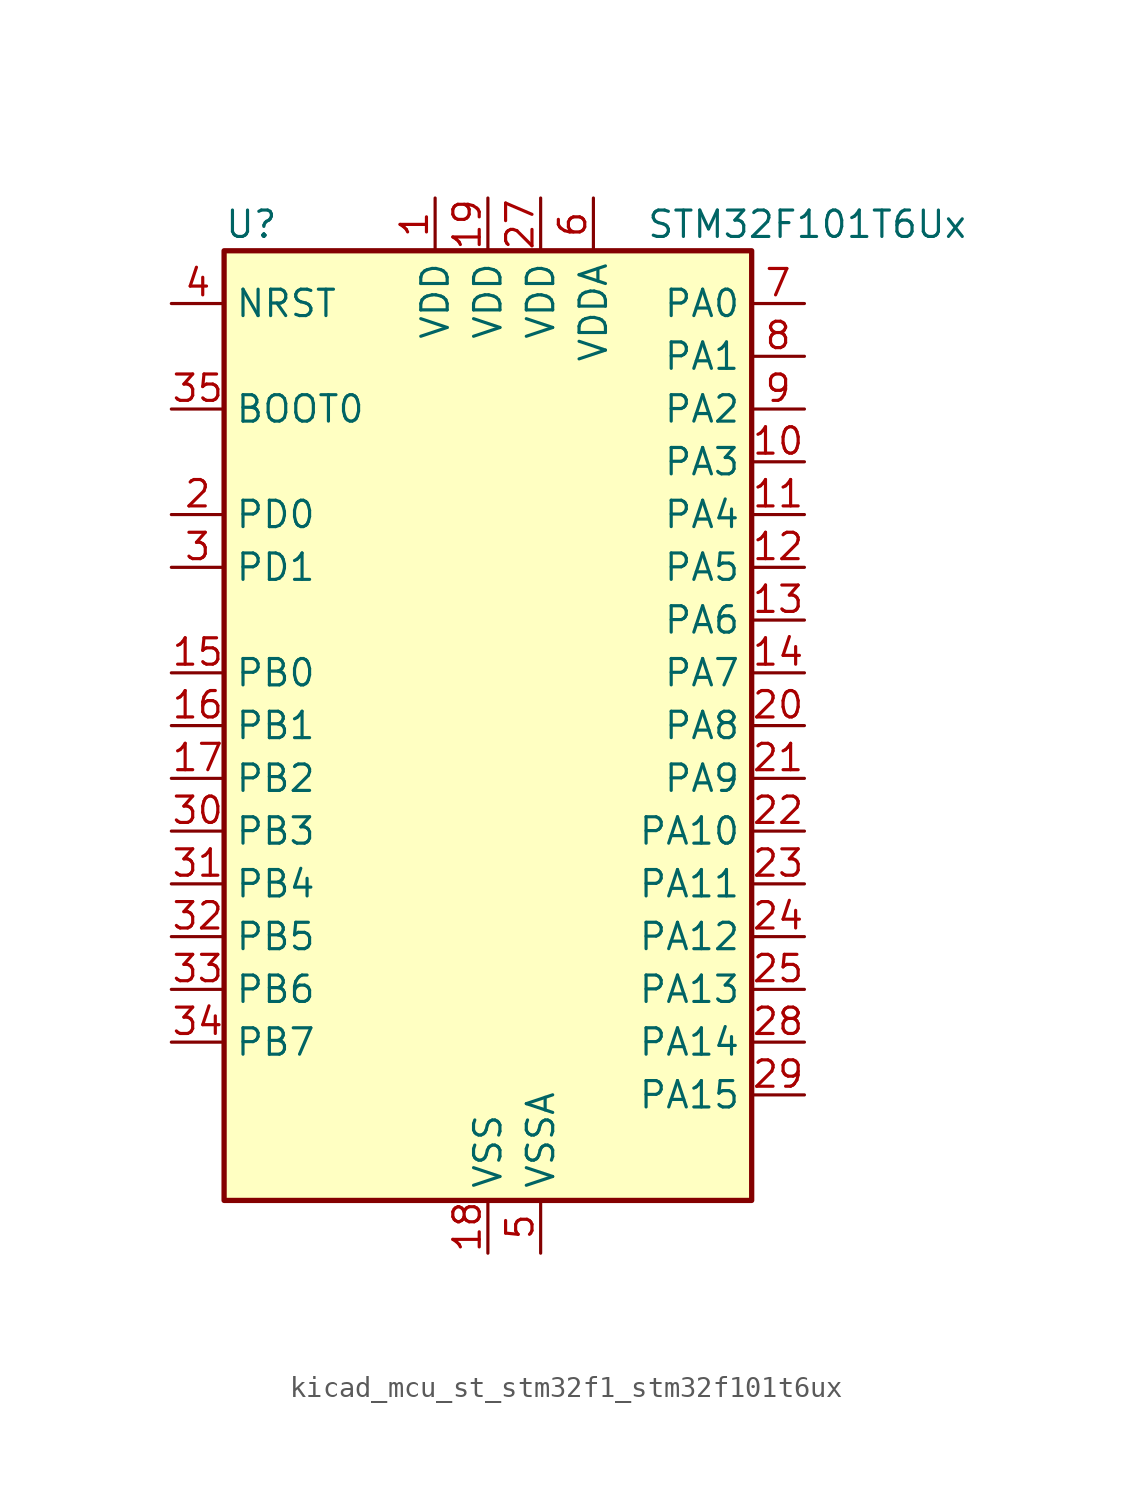
<source format=kicad_sym>
(kicad_symbol_lib
  (version 20220914)
  (generator kicad_symbol_editor)
  (symbol "kicad_mcu_st_stm32f1_stm32f101t6ux"
    (property "Reference" "U"
      (at -12.7 24.13 0)
      (effects (font (size 1.27 1.27)) (justify left)))
    (property "Value" "STM32F101T6Ux"
      (at 7.62 24.13 0)
      (effects (font (size 1.27 1.27)) (justify left)))
    (property "ki_locked" ""
      (at 0 0 0)
      (effects (font (size 1.27 1.27))))
    (symbol "kicad_mcu_st_stm32f1_stm32f101t6ux_0_1"
      (rectangle (start -12.7 -22.86) (end 12.7 22.86) (stroke (width 0.254) (type default)) (fill (type background))))
    (symbol "kicad_mcu_st_stm32f1_stm32f101t6ux_1_1"
      (pin power_in line (at -2.54 25.4 270) (length 2.54) (name "VDD" (effects (font (size 1.27 1.27)))) (number "1" (effects (font (size 1.27 1.27)))))
      (pin bidirectional line (at 15.24 12.7 180) (length 2.54) (name "PA3" (effects (font (size 1.27 1.27)))) (number "10" (effects (font (size 1.27 1.27)))) (alternate "ADC1_IN3" bidirectional line) (alternate "TIM2_CH4" bidirectional line) (alternate "USART2_RX" bidirectional line))
      (pin bidirectional line (at 15.24 10.16 180) (length 2.54) (name "PA4" (effects (font (size 1.27 1.27)))) (number "11" (effects (font (size 1.27 1.27)))) (alternate "ADC1_IN4" bidirectional line) (alternate "SPI1_NSS" bidirectional line) (alternate "USART2_CK" bidirectional line))
      (pin bidirectional line (at 15.24 7.62 180) (length 2.54) (name "PA5" (effects (font (size 1.27 1.27)))) (number "12" (effects (font (size 1.27 1.27)))) (alternate "ADC1_IN5" bidirectional line) (alternate "SPI1_SCK" bidirectional line))
      (pin bidirectional line (at 15.24 5.08 180) (length 2.54) (name "PA6" (effects (font (size 1.27 1.27)))) (number "13" (effects (font (size 1.27 1.27)))) (alternate "ADC1_IN6" bidirectional line) (alternate "SPI1_MISO" bidirectional line) (alternate "TIM3_CH1" bidirectional line))
      (pin bidirectional line (at 15.24 2.54 180) (length 2.54) (name "PA7" (effects (font (size 1.27 1.27)))) (number "14" (effects (font (size 1.27 1.27)))) (alternate "ADC1_IN7" bidirectional line) (alternate "SPI1_MOSI" bidirectional line) (alternate "TIM3_CH2" bidirectional line))
      (pin bidirectional line (at -15.24 2.54 0) (length 2.54) (name "PB0" (effects (font (size 1.27 1.27)))) (number "15" (effects (font (size 1.27 1.27)))) (alternate "ADC1_IN8" bidirectional line) (alternate "TIM3_CH3" bidirectional line))
      (pin bidirectional line (at -15.24 0 0) (length 2.54) (name "PB1" (effects (font (size 1.27 1.27)))) (number "16" (effects (font (size 1.27 1.27)))) (alternate "ADC1_IN9" bidirectional line) (alternate "TIM3_CH4" bidirectional line))
      (pin bidirectional line (at -15.24 -2.54 0) (length 2.54) (name "PB2" (effects (font (size 1.27 1.27)))) (number "17" (effects (font (size 1.27 1.27)))))
      (pin power_in line (at 0 -25.4 90) (length 2.54) (name "VSS" (effects (font (size 1.27 1.27)))) (number "18" (effects (font (size 1.27 1.27)))))
      (pin power_in line (at 0 25.4 270) (length 2.54) (name "VDD" (effects (font (size 1.27 1.27)))) (number "19" (effects (font (size 1.27 1.27)))))
      (pin bidirectional line (at -15.24 10.16 0) (length 2.54) (name "PD0" (effects (font (size 1.27 1.27)))) (number "2" (effects (font (size 1.27 1.27)))) (alternate "RCC_OSC_IN" bidirectional line))
      (pin bidirectional line (at 15.24 0 180) (length 2.54) (name "PA8" (effects (font (size 1.27 1.27)))) (number "20" (effects (font (size 1.27 1.27)))) (alternate "RCC_MCO" bidirectional line) (alternate "USART1_CK" bidirectional line))
      (pin bidirectional line (at 15.24 -2.54 180) (length 2.54) (name "PA9" (effects (font (size 1.27 1.27)))) (number "21" (effects (font (size 1.27 1.27)))) (alternate "USART1_TX" bidirectional line))
      (pin bidirectional line (at 15.24 -5.08 180) (length 2.54) (name "PA10" (effects (font (size 1.27 1.27)))) (number "22" (effects (font (size 1.27 1.27)))) (alternate "USART1_RX" bidirectional line))
      (pin bidirectional line (at 15.24 -7.62 180) (length 2.54) (name "PA11" (effects (font (size 1.27 1.27)))) (number "23" (effects (font (size 1.27 1.27)))) (alternate "ADC1_EXTI11" bidirectional line) (alternate "USART1_CTS" bidirectional line))
      (pin bidirectional line (at 15.24 -10.16 180) (length 2.54) (name "PA12" (effects (font (size 1.27 1.27)))) (number "24" (effects (font (size 1.27 1.27)))) (alternate "USART1_RTS" bidirectional line))
      (pin bidirectional line (at 15.24 -12.7 180) (length 2.54) (name "PA13" (effects (font (size 1.27 1.27)))) (number "25" (effects (font (size 1.27 1.27)))) (alternate "SYS_JTMS-SWDIO" bidirectional line))
      (pin passive line (at 0 -25.4 90) (length 2.54) hide (name "VSS" (effects (font (size 1.27 1.27)))) (number "26" (effects (font (size 1.27 1.27)))))
      (pin power_in line (at 2.54 25.4 270) (length 2.54) (name "VDD" (effects (font (size 1.27 1.27)))) (number "27" (effects (font (size 1.27 1.27)))))
      (pin bidirectional line (at 15.24 -15.24 180) (length 2.54) (name "PA14" (effects (font (size 1.27 1.27)))) (number "28" (effects (font (size 1.27 1.27)))) (alternate "SYS_JTCK-SWCLK" bidirectional line))
      (pin bidirectional line (at 15.24 -17.78 180) (length 2.54) (name "PA15" (effects (font (size 1.27 1.27)))) (number "29" (effects (font (size 1.27 1.27)))) (alternate "ADC1_EXTI15" bidirectional line) (alternate "SPI1_NSS" bidirectional line) (alternate "SYS_JTDI" bidirectional line) (alternate "TIM2_CH1" bidirectional line) (alternate "TIM2_ETR" bidirectional line))
      (pin bidirectional line (at -15.24 7.62 0) (length 2.54) (name "PD1" (effects (font (size 1.27 1.27)))) (number "3" (effects (font (size 1.27 1.27)))) (alternate "RCC_OSC_OUT" bidirectional line))
      (pin bidirectional line (at -15.24 -5.08 0) (length 2.54) (name "PB3" (effects (font (size 1.27 1.27)))) (number "30" (effects (font (size 1.27 1.27)))) (alternate "SPI1_SCK" bidirectional line) (alternate "SYS_JTDO-TRACESWO" bidirectional line) (alternate "TIM2_CH2" bidirectional line))
      (pin bidirectional line (at -15.24 -7.62 0) (length 2.54) (name "PB4" (effects (font (size 1.27 1.27)))) (number "31" (effects (font (size 1.27 1.27)))) (alternate "SPI1_MISO" bidirectional line) (alternate "SYS_NJTRST" bidirectional line) (alternate "TIM3_CH1" bidirectional line))
      (pin bidirectional line (at -15.24 -10.16 0) (length 2.54) (name "PB5" (effects (font (size 1.27 1.27)))) (number "32" (effects (font (size 1.27 1.27)))) (alternate "I2C1_SMBA" bidirectional line) (alternate "SPI1_MOSI" bidirectional line) (alternate "TIM3_CH2" bidirectional line))
      (pin bidirectional line (at -15.24 -12.7 0) (length 2.54) (name "PB6" (effects (font (size 1.27 1.27)))) (number "33" (effects (font (size 1.27 1.27)))) (alternate "I2C1_SCL" bidirectional line) (alternate "USART1_TX" bidirectional line))
      (pin bidirectional line (at -15.24 -15.24 0) (length 2.54) (name "PB7" (effects (font (size 1.27 1.27)))) (number "34" (effects (font (size 1.27 1.27)))) (alternate "I2C1_SDA" bidirectional line) (alternate "USART1_RX" bidirectional line))
      (pin input line (at -15.24 15.24 0) (length 2.54) (name "BOOT0" (effects (font (size 1.27 1.27)))) (number "35" (effects (font (size 1.27 1.27)))))
      (pin passive line (at 0 -25.4 90) (length 2.54) hide (name "VSS" (effects (font (size 1.27 1.27)))) (number "36" (effects (font (size 1.27 1.27)))))
      (pin passive line (at 0 -25.4 90) (length 2.54) hide (name "VSS" (effects (font (size 1.27 1.27)))) (number "37" (effects (font (size 1.27 1.27)))))
      (pin input line (at -15.24 20.32 0) (length 2.54) (name "NRST" (effects (font (size 1.27 1.27)))) (number "4" (effects (font (size 1.27 1.27)))))
      (pin power_in line (at 2.54 -25.4 90) (length 2.54) (name "VSSA" (effects (font (size 1.27 1.27)))) (number "5" (effects (font (size 1.27 1.27)))))
      (pin power_in line (at 5.08 25.4 270) (length 2.54) (name "VDDA" (effects (font (size 1.27 1.27)))) (number "6" (effects (font (size 1.27 1.27)))))
      (pin bidirectional line (at 15.24 20.32 180) (length 2.54) (name "PA0" (effects (font (size 1.27 1.27)))) (number "7" (effects (font (size 1.27 1.27)))) (alternate "ADC1_IN0" bidirectional line) (alternate "SYS_WKUP" bidirectional line) (alternate "TIM2_CH1" bidirectional line) (alternate "TIM2_ETR" bidirectional line) (alternate "USART2_CTS" bidirectional line))
      (pin bidirectional line (at 15.24 17.78 180) (length 2.54) (name "PA1" (effects (font (size 1.27 1.27)))) (number "8" (effects (font (size 1.27 1.27)))) (alternate "ADC1_IN1" bidirectional line) (alternate "TIM2_CH2" bidirectional line) (alternate "USART2_RTS" bidirectional line))
      (pin bidirectional line (at 15.24 15.24 180) (length 2.54) (name "PA2" (effects (font (size 1.27 1.27)))) (number "9" (effects (font (size 1.27 1.27)))) (alternate "ADC1_IN2" bidirectional line) (alternate "TIM2_CH3" bidirectional line) (alternate "USART2_TX" bidirectional line)))))
</source>
